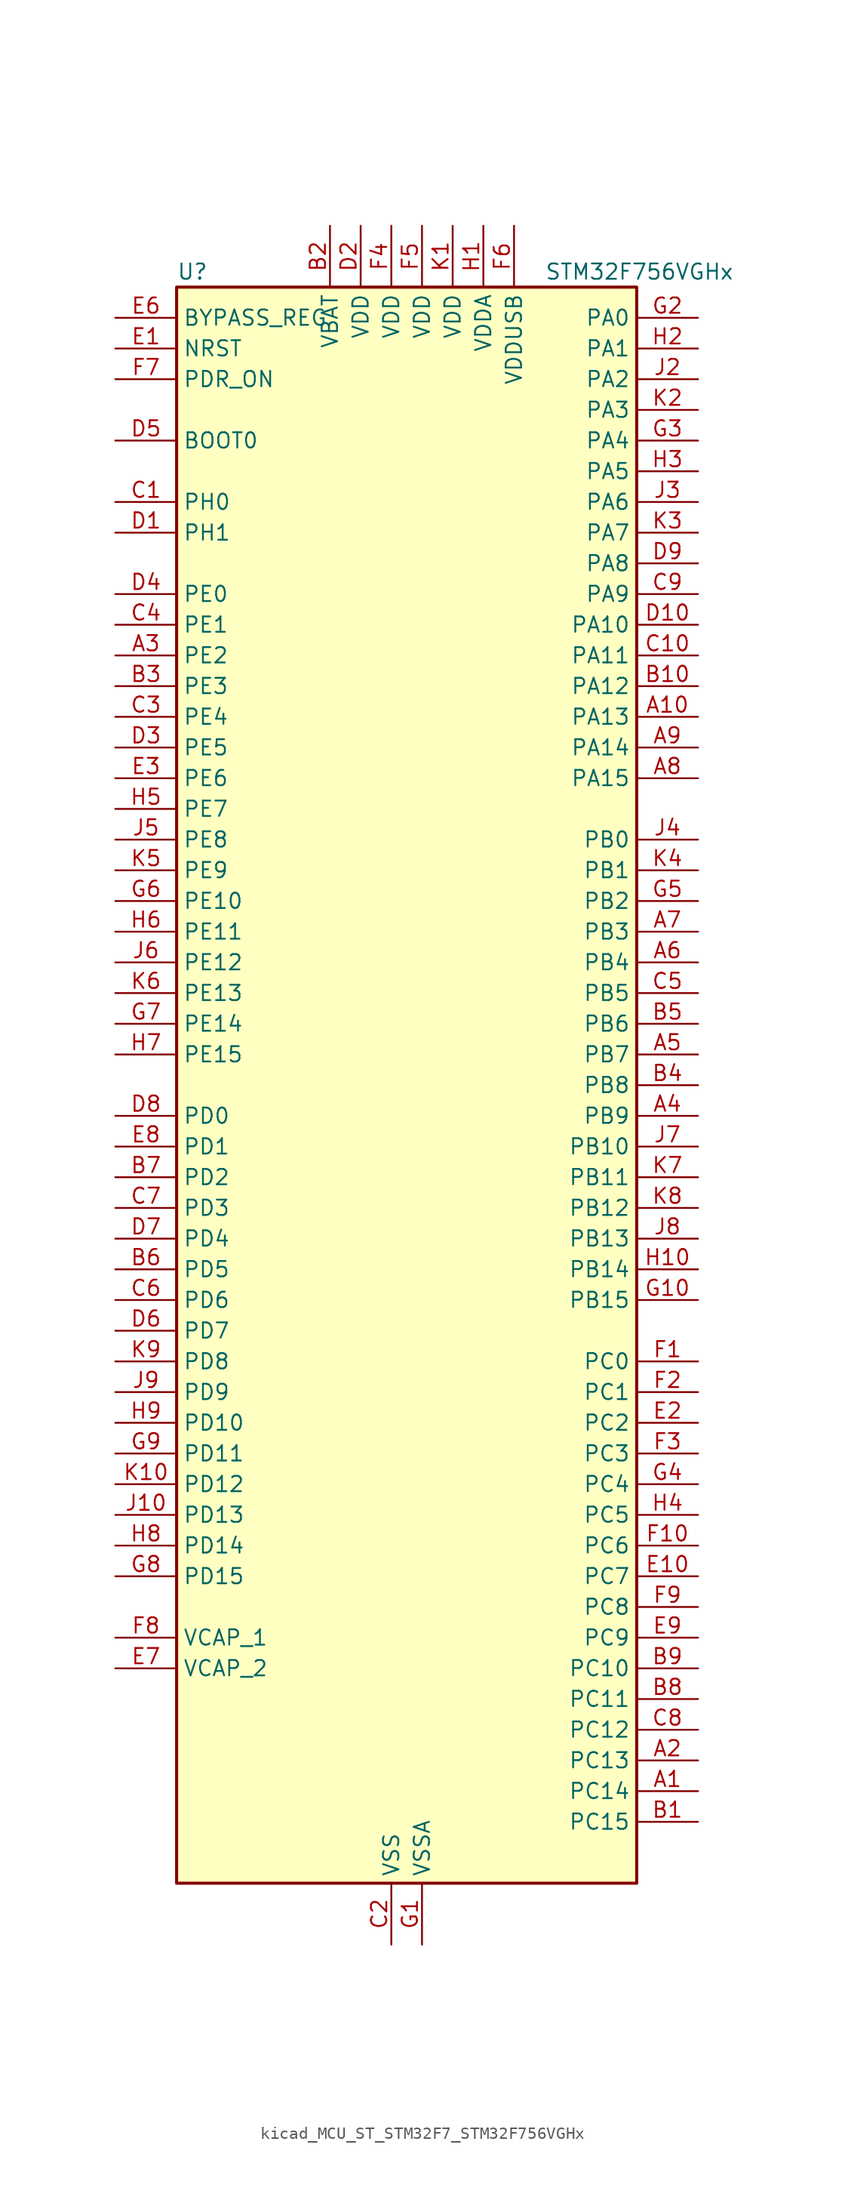
<source format=kicad_sym>
(kicad_symbol_lib
  (version 20220914)
  (generator kicad_symbol_editor)
  (symbol "kicad_MCU_ST_STM32F7_STM32F756VGHx"
    (property "Reference" "U"
      (at -17.78 67.31 0)
      (effects (font (size 1.27 1.27)) (justify left)))
    (property "Value" "STM32F756VGHx"
      (at 12.7 67.31 0)
      (effects (font (size 1.27 1.27)) (justify left)))
    (property "ki_locked" ""
      (at 0 0 0)
      (effects (font (size 1.27 1.27))))
    (symbol "kicad_MCU_ST_STM32F7_STM32F756VGHx_0_1"
      (rectangle (start -17.78 -66.04) (end 20.32 66.04) (stroke (width 0.254) (type default)) (fill (type background))))
    (symbol "kicad_MCU_ST_STM32F7_STM32F756VGHx_1_1"
      (pin bidirectional line (at 25.4 -58.42 180) (length 5.08) (name "PC14" (effects (font (size 1.27 1.27)))) (number "A1" (effects (font (size 1.27 1.27)))) (alternate "RCC_OSC32_IN" bidirectional line))
      (pin bidirectional line (at 25.4 30.48 180) (length 5.08) (name "PA13" (effects (font (size 1.27 1.27)))) (number "A10" (effects (font (size 1.27 1.27)))) (alternate "SYS_JTMS-SWDIO" bidirectional line))
      (pin bidirectional line (at 25.4 -55.88 180) (length 5.08) (name "PC13" (effects (font (size 1.27 1.27)))) (number "A2" (effects (font (size 1.27 1.27)))) (alternate "RTC_OUT" bidirectional line) (alternate "RTC_TAMP1" bidirectional line) (alternate "RTC_TS" bidirectional line) (alternate "SYS_WKUP4" bidirectional line))
      (pin bidirectional line (at -22.86 35.56 0) (length 5.08) (name "PE2" (effects (font (size 1.27 1.27)))) (number "A3" (effects (font (size 1.27 1.27)))) (alternate "ETH_TXD3" bidirectional line) (alternate "FMC_A23" bidirectional line) (alternate "QUADSPI_BK1_IO2" bidirectional line) (alternate "SAI1_MCLK_A" bidirectional line) (alternate "SPI4_SCK" bidirectional line) (alternate "SYS_TRACECLK" bidirectional line))
      (pin bidirectional line (at 25.4 -2.54 180) (length 5.08) (name "PB9" (effects (font (size 1.27 1.27)))) (number "A4" (effects (font (size 1.27 1.27)))) (alternate "CAN1_TX" bidirectional line) (alternate "DAC_EXTI9" bidirectional line) (alternate "DCMI_D7" bidirectional line) (alternate "I2C1_SDA" bidirectional line) (alternate "I2S2_WS" bidirectional line) (alternate "LTDC_B7" bidirectional line) (alternate "SDMMC1_D5" bidirectional line) (alternate "SPI2_NSS" bidirectional line) (alternate "TIM11_CH1" bidirectional line) (alternate "TIM4_CH4" bidirectional line))
      (pin bidirectional line (at 25.4 2.54 180) (length 5.08) (name "PB7" (effects (font (size 1.27 1.27)))) (number "A5" (effects (font (size 1.27 1.27)))) (alternate "DCMI_VSYNC" bidirectional line) (alternate "FMC_NL" bidirectional line) (alternate "I2C1_SDA" bidirectional line) (alternate "TIM4_CH2" bidirectional line) (alternate "USART1_RX" bidirectional line))
      (pin bidirectional line (at 25.4 10.16 180) (length 5.08) (name "PB4" (effects (font (size 1.27 1.27)))) (number "A6" (effects (font (size 1.27 1.27)))) (alternate "I2S2_WS" bidirectional line) (alternate "SPI1_MISO" bidirectional line) (alternate "SPI2_NSS" bidirectional line) (alternate "SPI3_MISO" bidirectional line) (alternate "SYS_JTRST" bidirectional line) (alternate "TIM3_CH1" bidirectional line))
      (pin bidirectional line (at 25.4 12.7 180) (length 5.08) (name "PB3" (effects (font (size 1.27 1.27)))) (number "A7" (effects (font (size 1.27 1.27)))) (alternate "I2S1_CK" bidirectional line) (alternate "I2S3_CK" bidirectional line) (alternate "SPI1_SCK" bidirectional line) (alternate "SPI3_SCK" bidirectional line) (alternate "SYS_JTDO-SWO" bidirectional line) (alternate "TIM2_CH2" bidirectional line))
      (pin bidirectional line (at 25.4 25.4 180) (length 5.08) (name "PA15" (effects (font (size 1.27 1.27)))) (number "A8" (effects (font (size 1.27 1.27)))) (alternate "CEC" bidirectional line) (alternate "I2S1_WS" bidirectional line) (alternate "I2S3_WS" bidirectional line) (alternate "SPI1_NSS" bidirectional line) (alternate "SPI3_NSS" bidirectional line) (alternate "SYS_JTDI" bidirectional line) (alternate "TIM2_CH1" bidirectional line) (alternate "TIM2_ETR" bidirectional line) (alternate "UART4_DE" bidirectional line) (alternate "UART4_RTS" bidirectional line))
      (pin bidirectional line (at 25.4 27.94 180) (length 5.08) (name "PA14" (effects (font (size 1.27 1.27)))) (number "A9" (effects (font (size 1.27 1.27)))) (alternate "SYS_JTCK-SWCLK" bidirectional line))
      (pin bidirectional line (at 25.4 -60.96 180) (length 5.08) (name "PC15" (effects (font (size 1.27 1.27)))) (number "B1" (effects (font (size 1.27 1.27)))) (alternate "RCC_OSC32_OUT" bidirectional line))
      (pin bidirectional line (at 25.4 33.02 180) (length 5.08) (name "PA12" (effects (font (size 1.27 1.27)))) (number "B10" (effects (font (size 1.27 1.27)))) (alternate "CAN1_TX" bidirectional line) (alternate "LTDC_R5" bidirectional line) (alternate "SAI2_FS_B" bidirectional line) (alternate "TIM1_ETR" bidirectional line) (alternate "USART1_DE" bidirectional line) (alternate "USART1_RTS" bidirectional line) (alternate "USB_OTG_FS_DP" bidirectional line))
      (pin power_in line (at -5.08 71.12 270) (length 5.08) (name "VBAT" (effects (font (size 1.27 1.27)))) (number "B2" (effects (font (size 1.27 1.27)))))
      (pin bidirectional line (at -22.86 33.02 0) (length 5.08) (name "PE3" (effects (font (size 1.27 1.27)))) (number "B3" (effects (font (size 1.27 1.27)))) (alternate "FMC_A19" bidirectional line) (alternate "SAI1_SD_B" bidirectional line) (alternate "SYS_TRACED0" bidirectional line))
      (pin bidirectional line (at 25.4 0 180) (length 5.08) (name "PB8" (effects (font (size 1.27 1.27)))) (number "B4" (effects (font (size 1.27 1.27)))) (alternate "CAN1_RX" bidirectional line) (alternate "DCMI_D6" bidirectional line) (alternate "ETH_TXD3" bidirectional line) (alternate "I2C1_SCL" bidirectional line) (alternate "LTDC_B6" bidirectional line) (alternate "SDMMC1_D4" bidirectional line) (alternate "TIM10_CH1" bidirectional line) (alternate "TIM4_CH3" bidirectional line))
      (pin bidirectional line (at 25.4 5.08 180) (length 5.08) (name "PB6" (effects (font (size 1.27 1.27)))) (number "B5" (effects (font (size 1.27 1.27)))) (alternate "CAN2_TX" bidirectional line) (alternate "CEC" bidirectional line) (alternate "DCMI_D5" bidirectional line) (alternate "FMC_SDNE1" bidirectional line) (alternate "I2C1_SCL" bidirectional line) (alternate "QUADSPI_BK1_NCS" bidirectional line) (alternate "TIM4_CH1" bidirectional line) (alternate "USART1_TX" bidirectional line))
      (pin bidirectional line (at -22.86 -15.24 0) (length 5.08) (name "PD5" (effects (font (size 1.27 1.27)))) (number "B6" (effects (font (size 1.27 1.27)))) (alternate "FMC_NWE" bidirectional line) (alternate "USART2_TX" bidirectional line))
      (pin bidirectional line (at -22.86 -7.62 0) (length 5.08) (name "PD2" (effects (font (size 1.27 1.27)))) (number "B7" (effects (font (size 1.27 1.27)))) (alternate "DCMI_D11" bidirectional line) (alternate "SDMMC1_CMD" bidirectional line) (alternate "SYS_TRACED2" bidirectional line) (alternate "TIM3_ETR" bidirectional line) (alternate "UART5_RX" bidirectional line))
      (pin bidirectional line (at 25.4 -50.8 180) (length 5.08) (name "PC11" (effects (font (size 1.27 1.27)))) (number "B8" (effects (font (size 1.27 1.27)))) (alternate "ADC1_EXTI11" bidirectional line) (alternate "ADC2_EXTI11" bidirectional line) (alternate "ADC3_EXTI11" bidirectional line) (alternate "DCMI_D4" bidirectional line) (alternate "QUADSPI_BK2_NCS" bidirectional line) (alternate "SDMMC1_D3" bidirectional line) (alternate "SPI3_MISO" bidirectional line) (alternate "UART4_RX" bidirectional line) (alternate "USART3_RX" bidirectional line))
      (pin bidirectional line (at 25.4 -48.26 180) (length 5.08) (name "PC10" (effects (font (size 1.27 1.27)))) (number "B9" (effects (font (size 1.27 1.27)))) (alternate "DCMI_D8" bidirectional line) (alternate "I2S3_CK" bidirectional line) (alternate "LTDC_R2" bidirectional line) (alternate "QUADSPI_BK1_IO1" bidirectional line) (alternate "SDMMC1_D2" bidirectional line) (alternate "SPI3_SCK" bidirectional line) (alternate "UART4_TX" bidirectional line) (alternate "USART3_TX" bidirectional line))
      (pin bidirectional line (at -22.86 48.26 0) (length 5.08) (name "PH0" (effects (font (size 1.27 1.27)))) (number "C1" (effects (font (size 1.27 1.27)))) (alternate "RCC_OSC_IN" bidirectional line))
      (pin bidirectional line (at 25.4 35.56 180) (length 5.08) (name "PA11" (effects (font (size 1.27 1.27)))) (number "C10" (effects (font (size 1.27 1.27)))) (alternate "ADC1_EXTI11" bidirectional line) (alternate "ADC2_EXTI11" bidirectional line) (alternate "ADC3_EXTI11" bidirectional line) (alternate "CAN1_RX" bidirectional line) (alternate "LTDC_R4" bidirectional line) (alternate "TIM1_CH4" bidirectional line) (alternate "USART1_CTS" bidirectional line) (alternate "USB_OTG_FS_DM" bidirectional line))
      (pin power_in line (at 0 -71.12 90) (length 5.08) (name "VSS" (effects (font (size 1.27 1.27)))) (number "C2" (effects (font (size 1.27 1.27)))))
      (pin bidirectional line (at -22.86 30.48 0) (length 5.08) (name "PE4" (effects (font (size 1.27 1.27)))) (number "C3" (effects (font (size 1.27 1.27)))) (alternate "DCMI_D4" bidirectional line) (alternate "FMC_A20" bidirectional line) (alternate "LTDC_B0" bidirectional line) (alternate "SAI1_FS_A" bidirectional line) (alternate "SPI4_NSS" bidirectional line) (alternate "SYS_TRACED1" bidirectional line))
      (pin bidirectional line (at -22.86 38.1 0) (length 5.08) (name "PE1" (effects (font (size 1.27 1.27)))) (number "C4" (effects (font (size 1.27 1.27)))) (alternate "DCMI_D3" bidirectional line) (alternate "FMC_NBL1" bidirectional line) (alternate "LPTIM1_IN2" bidirectional line) (alternate "UART8_TX" bidirectional line))
      (pin bidirectional line (at 25.4 7.62 180) (length 5.08) (name "PB5" (effects (font (size 1.27 1.27)))) (number "C5" (effects (font (size 1.27 1.27)))) (alternate "CAN2_RX" bidirectional line) (alternate "DCMI_D10" bidirectional line) (alternate "ETH_PPS_OUT" bidirectional line) (alternate "FMC_SDCKE1" bidirectional line) (alternate "I2C1_SMBA" bidirectional line) (alternate "I2S1_SD" bidirectional line) (alternate "I2S3_SD" bidirectional line) (alternate "SPI1_MOSI" bidirectional line) (alternate "SPI3_MOSI" bidirectional line) (alternate "TIM3_CH2" bidirectional line) (alternate "USB_OTG_HS_ULPI_D7" bidirectional line))
      (pin bidirectional line (at -22.86 -17.78 0) (length 5.08) (name "PD6" (effects (font (size 1.27 1.27)))) (number "C6" (effects (font (size 1.27 1.27)))) (alternate "DCMI_D10" bidirectional line) (alternate "FMC_NWAIT" bidirectional line) (alternate "I2S3_SD" bidirectional line) (alternate "LTDC_B2" bidirectional line) (alternate "SAI1_SD_A" bidirectional line) (alternate "SPI3_MOSI" bidirectional line) (alternate "USART2_RX" bidirectional line))
      (pin bidirectional line (at -22.86 -10.16 0) (length 5.08) (name "PD3" (effects (font (size 1.27 1.27)))) (number "C7" (effects (font (size 1.27 1.27)))) (alternate "DCMI_D5" bidirectional line) (alternate "FMC_CLK" bidirectional line) (alternate "I2S2_CK" bidirectional line) (alternate "LTDC_G7" bidirectional line) (alternate "SPI2_SCK" bidirectional line) (alternate "USART2_CTS" bidirectional line))
      (pin bidirectional line (at 25.4 -53.34 180) (length 5.08) (name "PC12" (effects (font (size 1.27 1.27)))) (number "C8" (effects (font (size 1.27 1.27)))) (alternate "DCMI_D9" bidirectional line) (alternate "I2S3_SD" bidirectional line) (alternate "SDMMC1_CK" bidirectional line) (alternate "SPI3_MOSI" bidirectional line) (alternate "SYS_TRACED3" bidirectional line) (alternate "UART5_TX" bidirectional line) (alternate "USART3_CK" bidirectional line))
      (pin bidirectional line (at 25.4 40.64 180) (length 5.08) (name "PA9" (effects (font (size 1.27 1.27)))) (number "C9" (effects (font (size 1.27 1.27)))) (alternate "DAC_EXTI9" bidirectional line) (alternate "DCMI_D0" bidirectional line) (alternate "I2C3_SMBA" bidirectional line) (alternate "I2S2_CK" bidirectional line) (alternate "SPI2_SCK" bidirectional line) (alternate "TIM1_CH2" bidirectional line) (alternate "USART1_TX" bidirectional line) (alternate "USB_OTG_FS_VBUS" bidirectional line))
      (pin bidirectional line (at -22.86 45.72 0) (length 5.08) (name "PH1" (effects (font (size 1.27 1.27)))) (number "D1" (effects (font (size 1.27 1.27)))) (alternate "RCC_OSC_OUT" bidirectional line))
      (pin bidirectional line (at 25.4 38.1 180) (length 5.08) (name "PA10" (effects (font (size 1.27 1.27)))) (number "D10" (effects (font (size 1.27 1.27)))) (alternate "DCMI_D1" bidirectional line) (alternate "TIM1_CH3" bidirectional line) (alternate "USART1_RX" bidirectional line) (alternate "USB_OTG_FS_ID" bidirectional line))
      (pin power_in line (at -2.54 71.12 270) (length 5.08) (name "VDD" (effects (font (size 1.27 1.27)))) (number "D2" (effects (font (size 1.27 1.27)))))
      (pin bidirectional line (at -22.86 27.94 0) (length 5.08) (name "PE5" (effects (font (size 1.27 1.27)))) (number "D3" (effects (font (size 1.27 1.27)))) (alternate "DCMI_D6" bidirectional line) (alternate "FMC_A21" bidirectional line) (alternate "LTDC_G0" bidirectional line) (alternate "SAI1_SCK_A" bidirectional line) (alternate "SPI4_MISO" bidirectional line) (alternate "SYS_TRACED2" bidirectional line) (alternate "TIM9_CH1" bidirectional line))
      (pin bidirectional line (at -22.86 40.64 0) (length 5.08) (name "PE0" (effects (font (size 1.27 1.27)))) (number "D4" (effects (font (size 1.27 1.27)))) (alternate "DCMI_D2" bidirectional line) (alternate "FMC_NBL0" bidirectional line) (alternate "LPTIM1_ETR" bidirectional line) (alternate "SAI2_MCLK_A" bidirectional line) (alternate "TIM4_ETR" bidirectional line) (alternate "UART8_RX" bidirectional line))
      (pin input line (at -22.86 53.34 0) (length 5.08) (name "BOOT0" (effects (font (size 1.27 1.27)))) (number "D5" (effects (font (size 1.27 1.27)))))
      (pin bidirectional line (at -22.86 -20.32 0) (length 5.08) (name "PD7" (effects (font (size 1.27 1.27)))) (number "D6" (effects (font (size 1.27 1.27)))) (alternate "FMC_NE1" bidirectional line) (alternate "SPDIFRX_IN0" bidirectional line) (alternate "USART2_CK" bidirectional line))
      (pin bidirectional line (at -22.86 -12.7 0) (length 5.08) (name "PD4" (effects (font (size 1.27 1.27)))) (number "D7" (effects (font (size 1.27 1.27)))) (alternate "FMC_NOE" bidirectional line) (alternate "USART2_DE" bidirectional line) (alternate "USART2_RTS" bidirectional line))
      (pin bidirectional line (at -22.86 -2.54 0) (length 5.08) (name "PD0" (effects (font (size 1.27 1.27)))) (number "D8" (effects (font (size 1.27 1.27)))) (alternate "CAN1_RX" bidirectional line) (alternate "FMC_D2" bidirectional line) (alternate "FMC_DA2" bidirectional line))
      (pin bidirectional line (at 25.4 43.18 180) (length 5.08) (name "PA8" (effects (font (size 1.27 1.27)))) (number "D9" (effects (font (size 1.27 1.27)))) (alternate "I2C3_SCL" bidirectional line) (alternate "LTDC_R6" bidirectional line) (alternate "RCC_MCO_1" bidirectional line) (alternate "TIM1_CH1" bidirectional line) (alternate "TIM8_BKIN2" bidirectional line) (alternate "USART1_CK" bidirectional line) (alternate "USB_OTG_FS_SOF" bidirectional line))
      (pin input line (at -22.86 60.96 0) (length 5.08) (name "NRST" (effects (font (size 1.27 1.27)))) (number "E1" (effects (font (size 1.27 1.27)))))
      (pin bidirectional line (at 25.4 -40.64 180) (length 5.08) (name "PC7" (effects (font (size 1.27 1.27)))) (number "E10" (effects (font (size 1.27 1.27)))) (alternate "DCMI_D1" bidirectional line) (alternate "I2S3_MCK" bidirectional line) (alternate "LTDC_G6" bidirectional line) (alternate "SDMMC1_D7" bidirectional line) (alternate "TIM3_CH2" bidirectional line) (alternate "TIM8_CH2" bidirectional line) (alternate "USART6_RX" bidirectional line))
      (pin bidirectional line (at 25.4 -27.94 180) (length 5.08) (name "PC2" (effects (font (size 1.27 1.27)))) (number "E2" (effects (font (size 1.27 1.27)))) (alternate "ADC1_IN12" bidirectional line) (alternate "ADC2_IN12" bidirectional line) (alternate "ADC3_IN12" bidirectional line) (alternate "ETH_TXD2" bidirectional line) (alternate "FMC_SDNE0" bidirectional line) (alternate "SPI2_MISO" bidirectional line) (alternate "USB_OTG_HS_ULPI_DIR" bidirectional line))
      (pin bidirectional line (at -22.86 25.4 0) (length 5.08) (name "PE6" (effects (font (size 1.27 1.27)))) (number "E3" (effects (font (size 1.27 1.27)))) (alternate "DCMI_D7" bidirectional line) (alternate "FMC_A22" bidirectional line) (alternate "LTDC_G1" bidirectional line) (alternate "SAI1_SD_A" bidirectional line) (alternate "SAI2_MCLK_B" bidirectional line) (alternate "SPI4_MOSI" bidirectional line) (alternate "SYS_TRACED3" bidirectional line) (alternate "TIM1_BKIN2" bidirectional line) (alternate "TIM9_CH2" bidirectional line))
      (pin passive line (at 0 -71.12 90) (length 5.08) hide (name "VSS" (effects (font (size 1.27 1.27)))) (number "E4" (effects (font (size 1.27 1.27)))))
      (pin passive line (at 0 -71.12 90) (length 5.08) hide (name "VSS" (effects (font (size 1.27 1.27)))) (number "E5" (effects (font (size 1.27 1.27)))))
      (pin input line (at -22.86 63.5 0) (length 5.08) (name "BYPASS_REG" (effects (font (size 1.27 1.27)))) (number "E6" (effects (font (size 1.27 1.27)))))
      (pin power_out line (at -22.86 -48.26 0) (length 5.08) (name "VCAP_2" (effects (font (size 1.27 1.27)))) (number "E7" (effects (font (size 1.27 1.27)))))
      (pin bidirectional line (at -22.86 -5.08 0) (length 5.08) (name "PD1" (effects (font (size 1.27 1.27)))) (number "E8" (effects (font (size 1.27 1.27)))) (alternate "CAN1_TX" bidirectional line) (alternate "FMC_D3" bidirectional line) (alternate "FMC_DA3" bidirectional line))
      (pin bidirectional line (at 25.4 -45.72 180) (length 5.08) (name "PC9" (effects (font (size 1.27 1.27)))) (number "E9" (effects (font (size 1.27 1.27)))) (alternate "DAC_EXTI9" bidirectional line) (alternate "DCMI_D3" bidirectional line) (alternate "I2C3_SDA" bidirectional line) (alternate "I2S_CKIN" bidirectional line) (alternate "QUADSPI_BK1_IO0" bidirectional line) (alternate "RCC_MCO_2" bidirectional line) (alternate "SDMMC1_D1" bidirectional line) (alternate "TIM3_CH4" bidirectional line) (alternate "TIM8_CH4" bidirectional line) (alternate "UART5_CTS" bidirectional line))
      (pin bidirectional line (at 25.4 -22.86 180) (length 5.08) (name "PC0" (effects (font (size 1.27 1.27)))) (number "F1" (effects (font (size 1.27 1.27)))) (alternate "ADC1_IN10" bidirectional line) (alternate "ADC2_IN10" bidirectional line) (alternate "ADC3_IN10" bidirectional line) (alternate "FMC_SDNWE" bidirectional line) (alternate "LTDC_R5" bidirectional line) (alternate "SAI2_FS_B" bidirectional line) (alternate "USB_OTG_HS_ULPI_STP" bidirectional line))
      (pin bidirectional line (at 25.4 -38.1 180) (length 5.08) (name "PC6" (effects (font (size 1.27 1.27)))) (number "F10" (effects (font (size 1.27 1.27)))) (alternate "DCMI_D0" bidirectional line) (alternate "I2S2_MCK" bidirectional line) (alternate "LTDC_HSYNC" bidirectional line) (alternate "SDMMC1_D6" bidirectional line) (alternate "TIM3_CH1" bidirectional line) (alternate "TIM8_CH1" bidirectional line) (alternate "USART6_TX" bidirectional line))
      (pin bidirectional line (at 25.4 -25.4 180) (length 5.08) (name "PC1" (effects (font (size 1.27 1.27)))) (number "F2" (effects (font (size 1.27 1.27)))) (alternate "ADC1_IN11" bidirectional line) (alternate "ADC2_IN11" bidirectional line) (alternate "ADC3_IN11" bidirectional line) (alternate "ETH_MDC" bidirectional line) (alternate "I2S2_SD" bidirectional line) (alternate "RTC_TAMP3" bidirectional line) (alternate "RTC_TS" bidirectional line) (alternate "SAI1_SD_A" bidirectional line) (alternate "SPI2_MOSI" bidirectional line) (alternate "SYS_TRACED0" bidirectional line) (alternate "SYS_WKUP3" bidirectional line))
      (pin bidirectional line (at 25.4 -30.48 180) (length 5.08) (name "PC3" (effects (font (size 1.27 1.27)))) (number "F3" (effects (font (size 1.27 1.27)))) (alternate "ADC1_IN13" bidirectional line) (alternate "ADC2_IN13" bidirectional line) (alternate "ADC3_IN13" bidirectional line) (alternate "ETH_TX_CLK" bidirectional line) (alternate "FMC_SDCKE0" bidirectional line) (alternate "I2S2_SD" bidirectional line) (alternate "SPI2_MOSI" bidirectional line) (alternate "USB_OTG_HS_ULPI_NXT" bidirectional line))
      (pin power_in line (at 0 71.12 270) (length 5.08) (name "VDD" (effects (font (size 1.27 1.27)))) (number "F4" (effects (font (size 1.27 1.27)))))
      (pin power_in line (at 2.54 71.12 270) (length 5.08) (name "VDD" (effects (font (size 1.27 1.27)))) (number "F5" (effects (font (size 1.27 1.27)))))
      (pin power_in line (at 10.16 71.12 270) (length 5.08) (name "VDDUSB" (effects (font (size 1.27 1.27)))) (number "F6" (effects (font (size 1.27 1.27)))))
      (pin input line (at -22.86 58.42 0) (length 5.08) (name "PDR_ON" (effects (font (size 1.27 1.27)))) (number "F7" (effects (font (size 1.27 1.27)))))
      (pin power_out line (at -22.86 -45.72 0) (length 5.08) (name "VCAP_1" (effects (font (size 1.27 1.27)))) (number "F8" (effects (font (size 1.27 1.27)))))
      (pin bidirectional line (at 25.4 -43.18 180) (length 5.08) (name "PC8" (effects (font (size 1.27 1.27)))) (number "F9" (effects (font (size 1.27 1.27)))) (alternate "DCMI_D2" bidirectional line) (alternate "SDMMC1_D0" bidirectional line) (alternate "SYS_TRACED1" bidirectional line) (alternate "TIM3_CH3" bidirectional line) (alternate "TIM8_CH3" bidirectional line) (alternate "UART5_DE" bidirectional line) (alternate "UART5_RTS" bidirectional line) (alternate "USART6_CK" bidirectional line))
      (pin power_in line (at 2.54 -71.12 90) (length 5.08) (name "VSSA" (effects (font (size 1.27 1.27)))) (number "G1" (effects (font (size 1.27 1.27)))))
      (pin bidirectional line (at 25.4 -17.78 180) (length 5.08) (name "PB15" (effects (font (size 1.27 1.27)))) (number "G10" (effects (font (size 1.27 1.27)))) (alternate "I2S2_SD" bidirectional line) (alternate "RTC_REFIN" bidirectional line) (alternate "SPI2_MOSI" bidirectional line) (alternate "TIM12_CH2" bidirectional line) (alternate "TIM1_CH3N" bidirectional line) (alternate "TIM8_CH3N" bidirectional line) (alternate "USB_OTG_HS_DP" bidirectional line))
      (pin bidirectional line (at 25.4 63.5 180) (length 5.08) (name "PA0" (effects (font (size 1.27 1.27)))) (number "G2" (effects (font (size 1.27 1.27)))) (alternate "ADC1_IN0" bidirectional line) (alternate "ADC2_IN0" bidirectional line) (alternate "ADC3_IN0" bidirectional line) (alternate "ETH_CRS" bidirectional line) (alternate "SAI2_SD_B" bidirectional line) (alternate "SYS_WKUP1" bidirectional line) (alternate "TIM2_CH1" bidirectional line) (alternate "TIM2_ETR" bidirectional line) (alternate "TIM5_CH1" bidirectional line) (alternate "TIM8_ETR" bidirectional line) (alternate "UART4_TX" bidirectional line) (alternate "USART2_CTS" bidirectional line))
      (pin bidirectional line (at 25.4 53.34 180) (length 5.08) (name "PA4" (effects (font (size 1.27 1.27)))) (number "G3" (effects (font (size 1.27 1.27)))) (alternate "ADC1_IN4" bidirectional line) (alternate "ADC2_IN4" bidirectional line) (alternate "DAC_OUT1" bidirectional line) (alternate "DCMI_HSYNC" bidirectional line) (alternate "I2S1_WS" bidirectional line) (alternate "I2S3_WS" bidirectional line) (alternate "LTDC_VSYNC" bidirectional line) (alternate "SPI1_NSS" bidirectional line) (alternate "SPI3_NSS" bidirectional line) (alternate "USART2_CK" bidirectional line) (alternate "USB_OTG_HS_SOF" bidirectional line))
      (pin bidirectional line (at 25.4 -33.02 180) (length 5.08) (name "PC4" (effects (font (size 1.27 1.27)))) (number "G4" (effects (font (size 1.27 1.27)))) (alternate "ADC1_IN14" bidirectional line) (alternate "ADC2_IN14" bidirectional line) (alternate "ETH_RXD0" bidirectional line) (alternate "FMC_SDNE0" bidirectional line) (alternate "I2S1_MCK" bidirectional line) (alternate "SPDIFRX_IN2" bidirectional line))
      (pin bidirectional line (at 25.4 15.24 180) (length 5.08) (name "PB2" (effects (font (size 1.27 1.27)))) (number "G5" (effects (font (size 1.27 1.27)))) (alternate "I2S3_SD" bidirectional line) (alternate "QUADSPI_CLK" bidirectional line) (alternate "SAI1_SD_A" bidirectional line) (alternate "SPI3_MOSI" bidirectional line))
      (pin bidirectional line (at -22.86 15.24 0) (length 5.08) (name "PE10" (effects (font (size 1.27 1.27)))) (number "G6" (effects (font (size 1.27 1.27)))) (alternate "FMC_D7" bidirectional line) (alternate "FMC_DA7" bidirectional line) (alternate "QUADSPI_BK2_IO3" bidirectional line) (alternate "TIM1_CH2N" bidirectional line) (alternate "UART7_CTS" bidirectional line))
      (pin bidirectional line (at -22.86 5.08 0) (length 5.08) (name "PE14" (effects (font (size 1.27 1.27)))) (number "G7" (effects (font (size 1.27 1.27)))) (alternate "FMC_D11" bidirectional line) (alternate "FMC_DA11" bidirectional line) (alternate "LTDC_CLK" bidirectional line) (alternate "SAI2_MCLK_B" bidirectional line) (alternate "SPI4_MOSI" bidirectional line) (alternate "TIM1_CH4" bidirectional line))
      (pin bidirectional line (at -22.86 -40.64 0) (length 5.08) (name "PD15" (effects (font (size 1.27 1.27)))) (number "G8" (effects (font (size 1.27 1.27)))) (alternate "FMC_D1" bidirectional line) (alternate "FMC_DA1" bidirectional line) (alternate "TIM4_CH4" bidirectional line) (alternate "UART8_DE" bidirectional line) (alternate "UART8_RTS" bidirectional line))
      (pin bidirectional line (at -22.86 -30.48 0) (length 5.08) (name "PD11" (effects (font (size 1.27 1.27)))) (number "G9" (effects (font (size 1.27 1.27)))) (alternate "ADC1_EXTI11" bidirectional line) (alternate "ADC2_EXTI11" bidirectional line) (alternate "ADC3_EXTI11" bidirectional line) (alternate "FMC_A16" bidirectional line) (alternate "FMC_CLE" bidirectional line) (alternate "I2C4_SMBA" bidirectional line) (alternate "QUADSPI_BK1_IO0" bidirectional line) (alternate "SAI2_SD_A" bidirectional line) (alternate "USART3_CTS" bidirectional line))
      (pin power_in line (at 7.62 71.12 270) (length 5.08) (name "VDDA" (effects (font (size 1.27 1.27)))) (number "H1" (effects (font (size 1.27 1.27)))))
      (pin bidirectional line (at 25.4 -15.24 180) (length 5.08) (name "PB14" (effects (font (size 1.27 1.27)))) (number "H10" (effects (font (size 1.27 1.27)))) (alternate "SPI2_MISO" bidirectional line) (alternate "TIM12_CH1" bidirectional line) (alternate "TIM1_CH2N" bidirectional line) (alternate "TIM8_CH2N" bidirectional line) (alternate "USART3_DE" bidirectional line) (alternate "USART3_RTS" bidirectional line) (alternate "USB_OTG_HS_DM" bidirectional line))
      (pin bidirectional line (at 25.4 60.96 180) (length 5.08) (name "PA1" (effects (font (size 1.27 1.27)))) (number "H2" (effects (font (size 1.27 1.27)))) (alternate "ADC1_IN1" bidirectional line) (alternate "ADC2_IN1" bidirectional line) (alternate "ADC3_IN1" bidirectional line) (alternate "ETH_REF_CLK" bidirectional line) (alternate "ETH_RX_CLK" bidirectional line) (alternate "LTDC_R2" bidirectional line) (alternate "QUADSPI_BK1_IO3" bidirectional line) (alternate "SAI2_MCLK_B" bidirectional line) (alternate "TIM2_CH2" bidirectional line) (alternate "TIM5_CH2" bidirectional line) (alternate "UART4_RX" bidirectional line) (alternate "USART2_DE" bidirectional line) (alternate "USART2_RTS" bidirectional line))
      (pin bidirectional line (at 25.4 50.8 180) (length 5.08) (name "PA5" (effects (font (size 1.27 1.27)))) (number "H3" (effects (font (size 1.27 1.27)))) (alternate "ADC1_IN5" bidirectional line) (alternate "ADC2_IN5" bidirectional line) (alternate "DAC_OUT2" bidirectional line) (alternate "I2S1_CK" bidirectional line) (alternate "LTDC_R4" bidirectional line) (alternate "SPI1_SCK" bidirectional line) (alternate "TIM2_CH1" bidirectional line) (alternate "TIM2_ETR" bidirectional line) (alternate "TIM8_CH1N" bidirectional line) (alternate "USB_OTG_HS_ULPI_CK" bidirectional line))
      (pin bidirectional line (at 25.4 -35.56 180) (length 5.08) (name "PC5" (effects (font (size 1.27 1.27)))) (number "H4" (effects (font (size 1.27 1.27)))) (alternate "ADC1_IN15" bidirectional line) (alternate "ADC2_IN15" bidirectional line) (alternate "ETH_RXD1" bidirectional line) (alternate "FMC_SDCKE0" bidirectional line) (alternate "SPDIFRX_IN3" bidirectional line))
      (pin bidirectional line (at -22.86 22.86 0) (length 5.08) (name "PE7" (effects (font (size 1.27 1.27)))) (number "H5" (effects (font (size 1.27 1.27)))) (alternate "FMC_D4" bidirectional line) (alternate "FMC_DA4" bidirectional line) (alternate "QUADSPI_BK2_IO0" bidirectional line) (alternate "TIM1_ETR" bidirectional line) (alternate "UART7_RX" bidirectional line))
      (pin bidirectional line (at -22.86 12.7 0) (length 5.08) (name "PE11" (effects (font (size 1.27 1.27)))) (number "H6" (effects (font (size 1.27 1.27)))) (alternate "ADC1_EXTI11" bidirectional line) (alternate "ADC2_EXTI11" bidirectional line) (alternate "ADC3_EXTI11" bidirectional line) (alternate "FMC_D8" bidirectional line) (alternate "FMC_DA8" bidirectional line) (alternate "LTDC_G3" bidirectional line) (alternate "SAI2_SD_B" bidirectional line) (alternate "SPI4_NSS" bidirectional line) (alternate "TIM1_CH2" bidirectional line))
      (pin bidirectional line (at -22.86 2.54 0) (length 5.08) (name "PE15" (effects (font (size 1.27 1.27)))) (number "H7" (effects (font (size 1.27 1.27)))) (alternate "FMC_D12" bidirectional line) (alternate "FMC_DA12" bidirectional line) (alternate "LTDC_R7" bidirectional line) (alternate "TIM1_BKIN" bidirectional line))
      (pin bidirectional line (at -22.86 -38.1 0) (length 5.08) (name "PD14" (effects (font (size 1.27 1.27)))) (number "H8" (effects (font (size 1.27 1.27)))) (alternate "FMC_D0" bidirectional line) (alternate "FMC_DA0" bidirectional line) (alternate "TIM4_CH3" bidirectional line) (alternate "UART8_CTS" bidirectional line))
      (pin bidirectional line (at -22.86 -27.94 0) (length 5.08) (name "PD10" (effects (font (size 1.27 1.27)))) (number "H9" (effects (font (size 1.27 1.27)))) (alternate "FMC_D15" bidirectional line) (alternate "FMC_DA15" bidirectional line) (alternate "LTDC_B3" bidirectional line) (alternate "USART3_CK" bidirectional line))
      (pin passive line (at 0 -71.12 90) (length 5.08) hide (name "VSS" (effects (font (size 1.27 1.27)))) (number "J1" (effects (font (size 1.27 1.27)))))
      (pin bidirectional line (at -22.86 -35.56 0) (length 5.08) (name "PD13" (effects (font (size 1.27 1.27)))) (number "J10" (effects (font (size 1.27 1.27)))) (alternate "FMC_A18" bidirectional line) (alternate "I2C4_SDA" bidirectional line) (alternate "LPTIM1_OUT" bidirectional line) (alternate "QUADSPI_BK1_IO3" bidirectional line) (alternate "SAI2_SCK_A" bidirectional line) (alternate "TIM4_CH2" bidirectional line))
      (pin bidirectional line (at 25.4 58.42 180) (length 5.08) (name "PA2" (effects (font (size 1.27 1.27)))) (number "J2" (effects (font (size 1.27 1.27)))) (alternate "ADC1_IN2" bidirectional line) (alternate "ADC2_IN2" bidirectional line) (alternate "ADC3_IN2" bidirectional line) (alternate "ETH_MDIO" bidirectional line) (alternate "LTDC_R1" bidirectional line) (alternate "SAI2_SCK_B" bidirectional line) (alternate "SYS_WKUP2" bidirectional line) (alternate "TIM2_CH3" bidirectional line) (alternate "TIM5_CH3" bidirectional line) (alternate "TIM9_CH1" bidirectional line) (alternate "USART2_TX" bidirectional line))
      (pin bidirectional line (at 25.4 48.26 180) (length 5.08) (name "PA6" (effects (font (size 1.27 1.27)))) (number "J3" (effects (font (size 1.27 1.27)))) (alternate "ADC1_IN6" bidirectional line) (alternate "ADC2_IN6" bidirectional line) (alternate "DCMI_PIXCLK" bidirectional line) (alternate "LTDC_G2" bidirectional line) (alternate "SPI1_MISO" bidirectional line) (alternate "TIM13_CH1" bidirectional line) (alternate "TIM1_BKIN" bidirectional line) (alternate "TIM3_CH1" bidirectional line) (alternate "TIM8_BKIN" bidirectional line))
      (pin bidirectional line (at 25.4 20.32 180) (length 5.08) (name "PB0" (effects (font (size 1.27 1.27)))) (number "J4" (effects (font (size 1.27 1.27)))) (alternate "ADC1_IN8" bidirectional line) (alternate "ADC2_IN8" bidirectional line) (alternate "ETH_RXD2" bidirectional line) (alternate "LTDC_R3" bidirectional line) (alternate "TIM1_CH2N" bidirectional line) (alternate "TIM3_CH3" bidirectional line) (alternate "TIM8_CH2N" bidirectional line) (alternate "UART4_CTS" bidirectional line) (alternate "USB_OTG_HS_ULPI_D1" bidirectional line))
      (pin bidirectional line (at -22.86 20.32 0) (length 5.08) (name "PE8" (effects (font (size 1.27 1.27)))) (number "J5" (effects (font (size 1.27 1.27)))) (alternate "FMC_D5" bidirectional line) (alternate "FMC_DA5" bidirectional line) (alternate "QUADSPI_BK2_IO1" bidirectional line) (alternate "TIM1_CH1N" bidirectional line) (alternate "UART7_TX" bidirectional line))
      (pin bidirectional line (at -22.86 10.16 0) (length 5.08) (name "PE12" (effects (font (size 1.27 1.27)))) (number "J6" (effects (font (size 1.27 1.27)))) (alternate "FMC_D9" bidirectional line) (alternate "FMC_DA9" bidirectional line) (alternate "LTDC_B4" bidirectional line) (alternate "SAI2_SCK_B" bidirectional line) (alternate "SPI4_SCK" bidirectional line) (alternate "TIM1_CH3N" bidirectional line))
      (pin bidirectional line (at 25.4 -5.08 180) (length 5.08) (name "PB10" (effects (font (size 1.27 1.27)))) (number "J7" (effects (font (size 1.27 1.27)))) (alternate "ETH_RX_ER" bidirectional line) (alternate "I2C2_SCL" bidirectional line) (alternate "I2S2_CK" bidirectional line) (alternate "LTDC_G4" bidirectional line) (alternate "SPI2_SCK" bidirectional line) (alternate "TIM2_CH3" bidirectional line) (alternate "USART3_TX" bidirectional line) (alternate "USB_OTG_HS_ULPI_D3" bidirectional line))
      (pin bidirectional line (at 25.4 -12.7 180) (length 5.08) (name "PB13" (effects (font (size 1.27 1.27)))) (number "J8" (effects (font (size 1.27 1.27)))) (alternate "CAN2_TX" bidirectional line) (alternate "ETH_TXD1" bidirectional line) (alternate "I2S2_CK" bidirectional line) (alternate "SPI2_SCK" bidirectional line) (alternate "TIM1_CH1N" bidirectional line) (alternate "USART3_CTS" bidirectional line) (alternate "USB_OTG_HS_ULPI_D6" bidirectional line) (alternate "USB_OTG_HS_VBUS" bidirectional line))
      (pin bidirectional line (at -22.86 -25.4 0) (length 5.08) (name "PD9" (effects (font (size 1.27 1.27)))) (number "J9" (effects (font (size 1.27 1.27)))) (alternate "DAC_EXTI9" bidirectional line) (alternate "FMC_D14" bidirectional line) (alternate "FMC_DA14" bidirectional line) (alternate "USART3_RX" bidirectional line))
      (pin power_in line (at 5.08 71.12 270) (length 5.08) (name "VDD" (effects (font (size 1.27 1.27)))) (number "K1" (effects (font (size 1.27 1.27)))))
      (pin bidirectional line (at -22.86 -33.02 0) (length 5.08) (name "PD12" (effects (font (size 1.27 1.27)))) (number "K10" (effects (font (size 1.27 1.27)))) (alternate "FMC_A17" bidirectional line) (alternate "FMC_ALE" bidirectional line) (alternate "I2C4_SCL" bidirectional line) (alternate "LPTIM1_IN1" bidirectional line) (alternate "QUADSPI_BK1_IO1" bidirectional line) (alternate "SAI2_FS_A" bidirectional line) (alternate "TIM4_CH1" bidirectional line) (alternate "USART3_DE" bidirectional line) (alternate "USART3_RTS" bidirectional line))
      (pin bidirectional line (at 25.4 55.88 180) (length 5.08) (name "PA3" (effects (font (size 1.27 1.27)))) (number "K2" (effects (font (size 1.27 1.27)))) (alternate "ADC1_IN3" bidirectional line) (alternate "ADC2_IN3" bidirectional line) (alternate "ADC3_IN3" bidirectional line) (alternate "ETH_COL" bidirectional line) (alternate "LTDC_B5" bidirectional line) (alternate "TIM2_CH4" bidirectional line) (alternate "TIM5_CH4" bidirectional line) (alternate "TIM9_CH2" bidirectional line) (alternate "USART2_RX" bidirectional line) (alternate "USB_OTG_HS_ULPI_D0" bidirectional line))
      (pin bidirectional line (at 25.4 45.72 180) (length 5.08) (name "PA7" (effects (font (size 1.27 1.27)))) (number "K3" (effects (font (size 1.27 1.27)))) (alternate "ADC1_IN7" bidirectional line) (alternate "ADC2_IN7" bidirectional line) (alternate "ETH_CRS_DV" bidirectional line) (alternate "ETH_RX_DV" bidirectional line) (alternate "FMC_SDNWE" bidirectional line) (alternate "I2S1_SD" bidirectional line) (alternate "SPI1_MOSI" bidirectional line) (alternate "TIM14_CH1" bidirectional line) (alternate "TIM1_CH1N" bidirectional line) (alternate "TIM3_CH2" bidirectional line) (alternate "TIM8_CH1N" bidirectional line))
      (pin bidirectional line (at 25.4 17.78 180) (length 5.08) (name "PB1" (effects (font (size 1.27 1.27)))) (number "K4" (effects (font (size 1.27 1.27)))) (alternate "ADC1_IN9" bidirectional line) (alternate "ADC2_IN9" bidirectional line) (alternate "ETH_RXD3" bidirectional line) (alternate "LTDC_R6" bidirectional line) (alternate "TIM1_CH3N" bidirectional line) (alternate "TIM3_CH4" bidirectional line) (alternate "TIM8_CH3N" bidirectional line) (alternate "USB_OTG_HS_ULPI_D2" bidirectional line))
      (pin bidirectional line (at -22.86 17.78 0) (length 5.08) (name "PE9" (effects (font (size 1.27 1.27)))) (number "K5" (effects (font (size 1.27 1.27)))) (alternate "DAC_EXTI9" bidirectional line) (alternate "FMC_D6" bidirectional line) (alternate "FMC_DA6" bidirectional line) (alternate "QUADSPI_BK2_IO2" bidirectional line) (alternate "TIM1_CH1" bidirectional line) (alternate "UART7_DE" bidirectional line) (alternate "UART7_RTS" bidirectional line))
      (pin bidirectional line (at -22.86 7.62 0) (length 5.08) (name "PE13" (effects (font (size 1.27 1.27)))) (number "K6" (effects (font (size 1.27 1.27)))) (alternate "FMC_D10" bidirectional line) (alternate "FMC_DA10" bidirectional line) (alternate "LTDC_DE" bidirectional line) (alternate "SAI2_FS_B" bidirectional line) (alternate "SPI4_MISO" bidirectional line) (alternate "TIM1_CH3" bidirectional line))
      (pin bidirectional line (at 25.4 -7.62 180) (length 5.08) (name "PB11" (effects (font (size 1.27 1.27)))) (number "K7" (effects (font (size 1.27 1.27)))) (alternate "ADC1_EXTI11" bidirectional line) (alternate "ADC2_EXTI11" bidirectional line) (alternate "ADC3_EXTI11" bidirectional line) (alternate "ETH_TX_EN" bidirectional line) (alternate "I2C2_SDA" bidirectional line) (alternate "LTDC_G5" bidirectional line) (alternate "TIM2_CH4" bidirectional line) (alternate "USART3_RX" bidirectional line) (alternate "USB_OTG_HS_ULPI_D4" bidirectional line))
      (pin bidirectional line (at 25.4 -10.16 180) (length 5.08) (name "PB12" (effects (font (size 1.27 1.27)))) (number "K8" (effects (font (size 1.27 1.27)))) (alternate "CAN2_RX" bidirectional line) (alternate "ETH_TXD0" bidirectional line) (alternate "I2C2_SMBA" bidirectional line) (alternate "I2S2_WS" bidirectional line) (alternate "SPI2_NSS" bidirectional line) (alternate "TIM1_BKIN" bidirectional line) (alternate "USART3_CK" bidirectional line) (alternate "USB_OTG_HS_ID" bidirectional line) (alternate "USB_OTG_HS_ULPI_D5" bidirectional line))
      (pin bidirectional line (at -22.86 -22.86 0) (length 5.08) (name "PD8" (effects (font (size 1.27 1.27)))) (number "K9" (effects (font (size 1.27 1.27)))) (alternate "FMC_D13" bidirectional line) (alternate "FMC_DA13" bidirectional line) (alternate "SPDIFRX_IN1" bidirectional line) (alternate "USART3_TX" bidirectional line)))))
</source>
